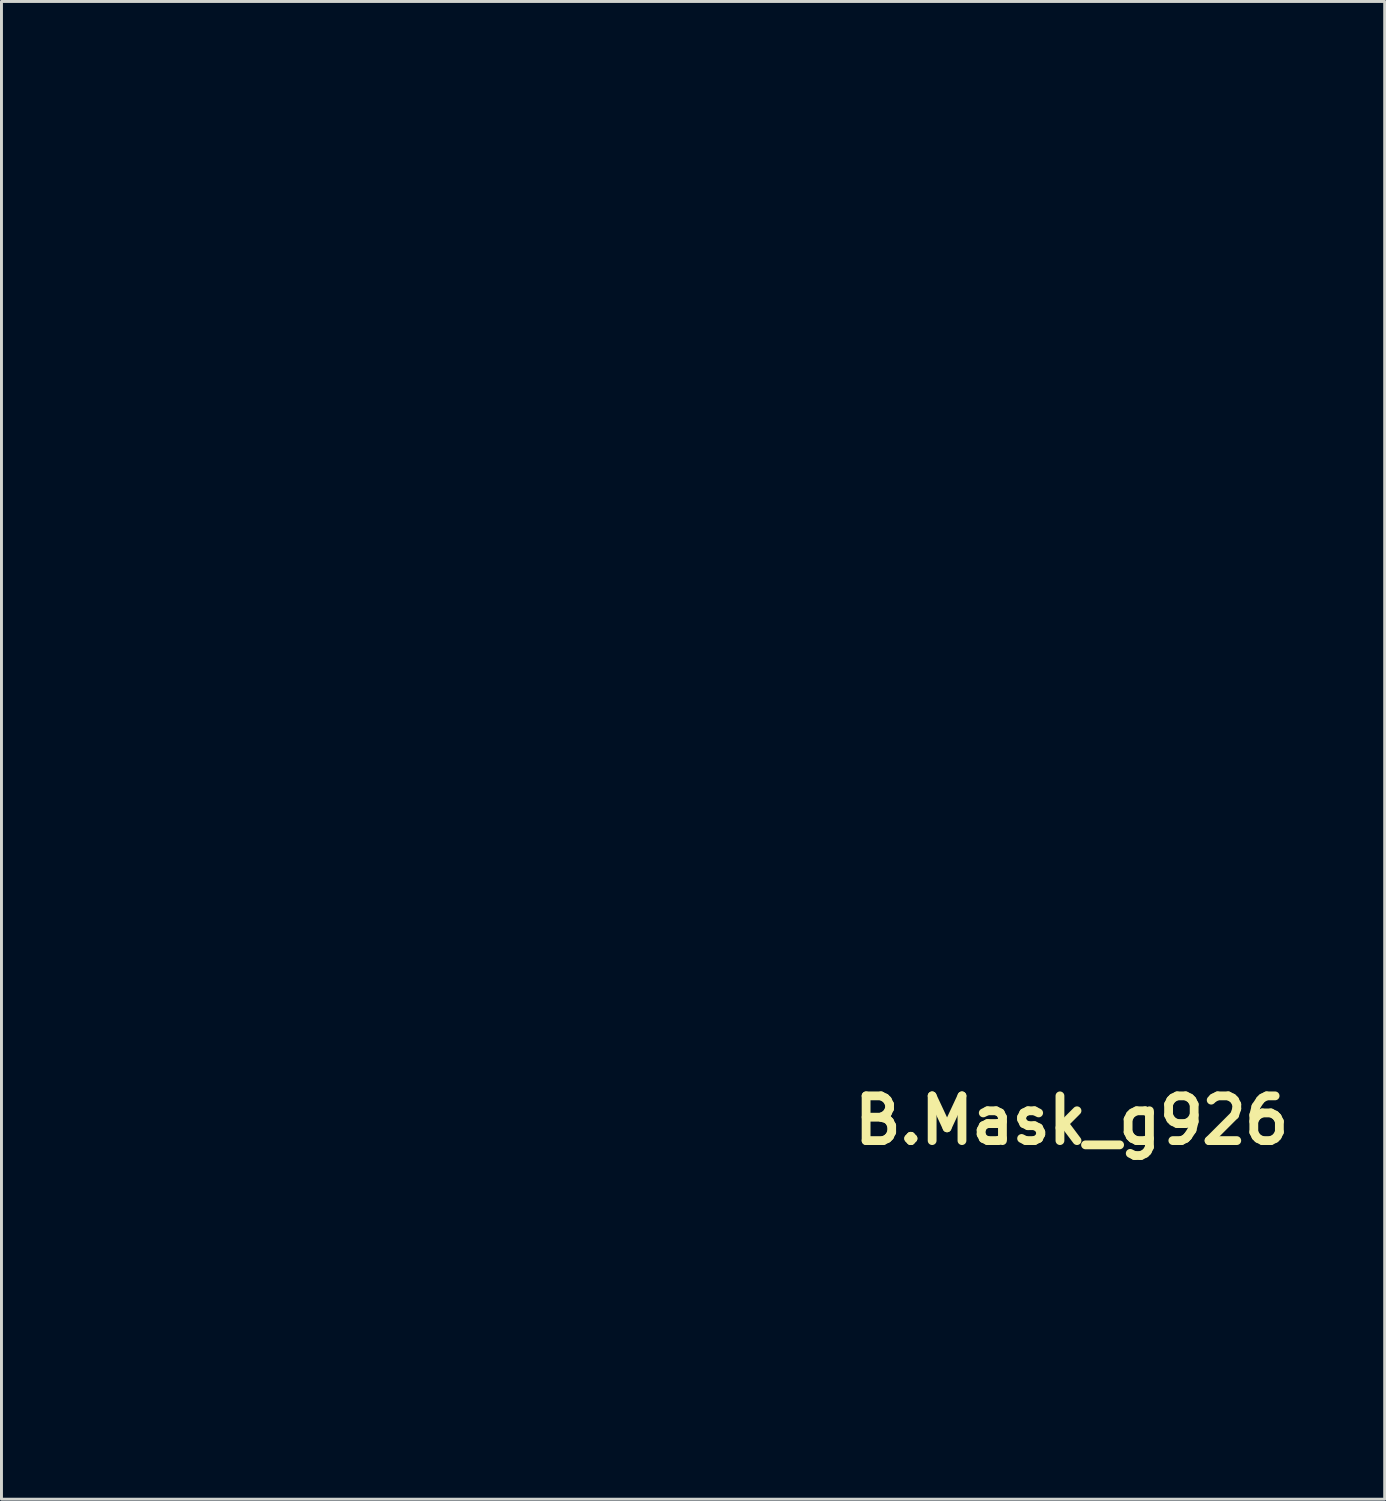
<source format=kicad_pcb>
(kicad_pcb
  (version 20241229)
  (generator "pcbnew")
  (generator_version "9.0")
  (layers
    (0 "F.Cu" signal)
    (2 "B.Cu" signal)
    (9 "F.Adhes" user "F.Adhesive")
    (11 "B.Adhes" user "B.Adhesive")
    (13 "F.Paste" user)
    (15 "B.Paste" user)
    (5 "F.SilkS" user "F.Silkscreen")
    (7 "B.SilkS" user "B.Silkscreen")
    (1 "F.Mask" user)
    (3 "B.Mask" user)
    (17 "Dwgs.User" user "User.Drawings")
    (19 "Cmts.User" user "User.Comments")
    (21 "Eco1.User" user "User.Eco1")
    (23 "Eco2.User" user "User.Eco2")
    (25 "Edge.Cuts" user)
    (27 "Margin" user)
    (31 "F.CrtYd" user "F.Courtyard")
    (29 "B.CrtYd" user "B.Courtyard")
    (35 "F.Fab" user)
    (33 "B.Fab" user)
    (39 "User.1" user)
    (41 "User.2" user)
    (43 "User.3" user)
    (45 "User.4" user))
  (footprint "B.Mask_g926"
    (layer "F.Cu")
    (at 33.46 35.119)
    (property "Reference" "B.Mask_g926" (at 0 0 0) (layer "F.SilkS") (effects (font (size 1.524 1.524) (thickness 0.3))))
    (attr through_hole)
    (fp_poly (pts (xy -5.546 6.308) (xy -5.905 6.308) (xy -5.905 5.948) (xy -5.546 5.948) (xy -5.546 6.308)) (stroke (width 0.01) (type solid)) (fill yes) (layer "B.Mask"))
    (fp_poly (pts (xy -5.546 7.027) (xy -6.816 7.027) (xy -6.816 6.668) (xy -5.546 6.668) (xy -5.546 7.027)) (stroke (width 0.01) (type solid)) (fill yes) (layer "B.Mask"))
    (fp_poly (pts (xy -7.053 6.716) (xy -6.921 6.849) (xy -7.054 6.98) (xy -7.187 7.112) (xy -7.451 6.846) (xy -7.318 6.715) (xy -7.185 6.583) (xy -7.053 6.716)) (stroke (width 0.01) (type solid)) (fill yes) (layer "B.Mask"))
    (fp_poly (pts (xy -18.498 -2.951) (xy -18.115 -2.568) (xy -18.148 -2.491) (xy -18.17 -2.442) (xy -18.184 -2.415) (xy -18.187 -2.413) (xy -18.203 -2.427) (xy -18.245 -2.468) (xy -18.309 -2.531) (xy -18.391 -2.612) (xy -18.487 -2.707) (xy -18.593 -2.813) (xy -18.595 -2.815) (xy -18.996 -3.217) (xy -18.938 -3.275) (xy -18.88 -3.333) (xy -18.498 -2.951)) (stroke (width 0.01) (type solid)) (fill yes) (layer "B.Mask"))
    (fp_poly (pts (xy -23.74 -18.877) (xy -23.625 -18.841) (xy -23.53 -18.778) (xy -23.471 -18.702) (xy -23.431 -18.6) (xy -23.411 -18.488) (xy -23.414 -18.379) (xy -23.441 -18.29) (xy -23.514 -18.192) (xy -23.611 -18.118) (xy -23.725 -18.073) (xy -23.844 -18.062) (xy -23.923 -18.076) (xy -24.043 -18.132) (xy -24.136 -18.217) (xy -24.197 -18.323) (xy -24.223 -18.444) (xy -24.211 -18.574) (xy -24.205 -18.597) (xy -24.152 -18.707) (xy -24.071 -18.793) (xy -23.971 -18.851) (xy -23.858 -18.88) (xy -23.74 -18.877)) (stroke (width 0.01) (type solid)) (fill yes) (layer "B.Mask"))
    (fp_poly (pts (xy -7.519 -18.843) (xy -7.416 -18.771) (xy -7.393 -18.747) (xy -7.322 -18.636) (xy -7.288 -18.515) (xy -7.293 -18.392) (xy -7.337 -18.273) (xy -7.365 -18.23) (xy -7.45 -18.145) (xy -7.559 -18.089) (xy -7.68 -18.063) (xy -7.8 -18.073) (xy -7.839 -18.085) (xy -7.946 -18.144) (xy -8.025 -18.228) (xy -8.078 -18.328) (xy -8.102 -18.438) (xy -8.099 -18.55) (xy -8.066 -18.657) (xy -8.004 -18.751) (xy -7.912 -18.824) (xy -7.89 -18.836) (xy -7.763 -18.876) (xy -7.637 -18.878) (xy -7.519 -18.843)) (stroke (width 0.01) (type solid)) (fill yes) (layer "B.Mask"))
    (fp_poly (pts (xy -1.467 -16.73) (xy -1.362 -16.568) (xy -1.277 -16.379) (xy -1.216 -16.172) (xy -1.18 -15.956) (xy -1.173 -15.743) (xy -1.192 -15.567) (xy -1.26 -15.31) (xy -1.368 -15.065) (xy -1.516 -14.832) (xy -1.703 -14.612) (xy -1.929 -14.405) (xy -2.194 -14.211) (xy -2.496 -14.032) (xy -2.836 -13.866) (xy -3.213 -13.716) (xy -3.27 -13.696) (xy -3.459 -13.629) (xy -3.194 -13.9) (xy -2.843 -14.289) (xy -2.524 -14.706) (xy -2.237 -15.15) (xy -1.982 -15.622) (xy -1.758 -16.121) (xy -1.618 -16.497) (xy -1.516 -16.791) (xy -1.467 -16.73)) (stroke (width 0.01) (type solid)) (fill yes) (layer "B.Mask"))
    (fp_poly (pts (xy -12.731 1.157) (xy -12.686 1.199) (xy -12.618 1.263) (xy -12.531 1.348) (xy -12.428 1.449) (xy -12.312 1.563) (xy -12.195 1.68) (xy -11.659 2.216) (xy -11.782 2.325) (xy -11.867 2.397) (xy -11.953 2.467) (xy -12.035 2.53) (xy -12.106 2.581) (xy -12.157 2.614) (xy -12.182 2.624) (xy -12.201 2.61) (xy -12.247 2.569) (xy -12.315 2.504) (xy -12.403 2.42) (xy -12.506 2.319) (xy -12.622 2.205) (xy -12.738 2.089) (xy -13.273 1.554) (xy -13.163 1.482) (xy -13.094 1.433) (xy -13.011 1.366) (xy -12.929 1.294) (xy -12.911 1.277) (xy -12.846 1.218) (xy -12.793 1.172) (xy -12.758 1.146) (xy -12.75 1.143) (xy -12.731 1.157)) (stroke (width 0.01) (type solid)) (fill yes) (layer "B.Mask"))
    (fp_poly (pts (xy -22.451 -23.841) (xy -22.288 -23.816) (xy -21.956 -23.739) (xy -21.623 -23.627) (xy -21.347 -23.507) (xy -21.252 -23.46) (xy -21.168 -23.416) (xy -21.099 -23.377) (xy -21.051 -23.348) (xy -21.031 -23.331) (xy -21.04 -23.329) (xy -21.064 -23.334) (xy -21.12 -23.344) (xy -21.199 -23.358) (xy -21.262 -23.369) (xy -21.524 -23.413) (xy -21.818 -23.457) (xy -22.134 -23.5) (xy -22.461 -23.54) (xy -22.789 -23.577) (xy -23.109 -23.608) (xy -23.368 -23.631) (xy -23.509 -23.642) (xy -23.651 -23.653) (xy -23.782 -23.663) (xy -23.891 -23.672) (xy -23.95 -23.677) (xy -24.141 -23.692) (xy -23.992 -23.73) (xy -23.692 -23.795) (xy -23.377 -23.839) (xy -23.058 -23.862) (xy -22.746 -23.863) (xy -22.451 -23.841)) (stroke (width 0.01) (type solid)) (fill yes) (layer "B.Mask"))
    (fp_poly (pts (xy -21.954 -20.313) (xy -21.79 -20.265) (xy -21.638 -20.188) (xy -21.501 -20.084) (xy -21.386 -19.954) (xy -21.296 -19.799) (xy -21.237 -19.623) (xy -21.224 -19.558) (xy -21.215 -19.368) (xy -21.243 -19.188) (xy -21.304 -19.021) (xy -21.396 -18.871) (xy -21.513 -18.742) (xy -21.653 -18.637) (xy -21.81 -18.56) (xy -21.981 -18.514) (xy -22.163 -18.503) (xy -22.341 -18.53) (xy -22.521 -18.594) (xy -22.675 -18.688) (xy -22.805 -18.809) (xy -22.907 -18.949) (xy -22.981 -19.105) (xy -23.024 -19.272) (xy -23.037 -19.444) (xy -23.017 -19.617) (xy -22.963 -19.785) (xy -22.873 -19.943) (xy -22.772 -20.063) (xy -22.625 -20.183) (xy -22.465 -20.267) (xy -22.296 -20.315) (xy -22.124 -20.33) (xy -21.954 -20.313)) (stroke (width 0.01) (type solid)) (fill yes) (layer "B.Mask"))
    (fp_poly (pts (xy -9.15 -20.298) (xy -8.982 -20.237) (xy -8.827 -20.142) (xy -8.732 -20.057) (xy -8.613 -19.907) (xy -8.53 -19.74) (xy -8.483 -19.561) (xy -8.473 -19.378) (xy -8.499 -19.196) (xy -8.561 -19.021) (xy -8.66 -18.858) (xy -8.693 -18.818) (xy -8.828 -18.692) (xy -8.987 -18.596) (xy -9.162 -18.533) (xy -9.347 -18.506) (xy -9.532 -18.516) (xy -9.599 -18.53) (xy -9.781 -18.595) (xy -9.938 -18.692) (xy -10.07 -18.815) (xy -10.174 -18.961) (xy -10.247 -19.123) (xy -10.288 -19.298) (xy -10.294 -19.48) (xy -10.262 -19.664) (xy -10.2 -19.829) (xy -10.102 -19.986) (xy -9.977 -20.114) (xy -9.831 -20.214) (xy -9.67 -20.283) (xy -9.499 -20.32) (xy -9.324 -20.326) (xy -9.15 -20.298)) (stroke (width 0.01) (type solid)) (fill yes) (layer "B.Mask"))
    (fp_poly (pts (xy -6.498 3.81) (xy -5.546 3.81) (xy -5.546 4.149) (xy -6.498 4.149) (xy -6.498 4.424) (xy -6.816 4.424) (xy -6.816 4.149) (xy -6.951 4.149) (xy -7.045 4.154) (xy -7.102 4.172) (xy -7.128 4.207) (xy -7.127 4.264) (xy -7.12 4.296) (xy -7.098 4.376) (xy -7.211 4.432) (xy -7.275 4.462) (xy -7.324 4.482) (xy -7.343 4.487) (xy -7.361 4.469) (xy -7.386 4.424) (xy -7.398 4.397) (xy -7.424 4.301) (xy -7.433 4.191) (xy -7.427 4.085) (xy -7.404 3.997) (xy -7.393 3.973) (xy -7.341 3.902) (xy -7.279 3.853) (xy -7.198 3.825) (xy -7.089 3.812) (xy -7.014 3.81) (xy -6.816 3.81) (xy -6.816 3.619) (xy -6.498 3.619) (xy -6.498 3.81)) (stroke (width 0.01) (type solid)) (fill yes) (layer "B.Mask"))
    (fp_poly (pts (xy -8.312 -23.858) (xy -7.934 -23.816) (xy -7.745 -23.781) (xy -7.608 -23.751) (xy -7.51 -23.729) (xy -7.449 -23.713) (xy -7.423 -23.701) (xy -7.43 -23.693) (xy -7.466 -23.686) (xy -7.53 -23.68) (xy -7.567 -23.677) (xy -8.035 -23.639) (xy -8.466 -23.6) (xy -8.863 -23.56) (xy -9.23 -23.519) (xy -9.573 -23.475) (xy -9.895 -23.429) (xy -10.201 -23.38) (xy -10.313 -23.361) (xy -10.388 -23.349) (xy -10.442 -23.343) (xy -10.467 -23.345) (xy -10.467 -23.346) (xy -10.443 -23.364) (xy -10.388 -23.394) (xy -10.309 -23.435) (xy -10.214 -23.481) (xy -10.11 -23.53) (xy -10.006 -23.577) (xy -9.908 -23.62) (xy -9.825 -23.654) (xy -9.776 -23.673) (xy -9.43 -23.772) (xy -9.067 -23.836) (xy -8.692 -23.865) (xy -8.312 -23.858)) (stroke (width 0.01) (type solid)) (fill yes) (layer "B.Mask"))
    (fp_poly (pts (xy -29.993 -16.774) (xy -29.977 -16.748) (xy -29.962 -16.699) (xy -29.961 -16.695) (xy -29.94 -16.62) (xy -29.905 -16.514) (xy -29.857 -16.385) (xy -29.8 -16.24) (xy -29.737 -16.087) (xy -29.671 -15.933) (xy -29.604 -15.786) (xy -29.567 -15.708) (xy -29.332 -15.257) (xy -29.074 -14.835) (xy -28.796 -14.443) (xy -28.498 -14.085) (xy -28.217 -13.794) (xy -28.15 -13.73) (xy -28.099 -13.677) (xy -28.068 -13.643) (xy -28.062 -13.632) (xy -28.087 -13.64) (xy -28.143 -13.658) (xy -28.219 -13.685) (xy -28.268 -13.703) (xy -28.656 -13.859) (xy -29.003 -14.027) (xy -29.31 -14.209) (xy -29.578 -14.403) (xy -29.806 -14.612) (xy -29.995 -14.834) (xy -30.146 -15.069) (xy -30.254 -15.311) (xy -30.282 -15.395) (xy -30.302 -15.47) (xy -30.314 -15.55) (xy -30.322 -15.649) (xy -30.327 -15.75) (xy -30.325 -15.967) (xy -30.301 -16.158) (xy -30.253 -16.335) (xy -30.196 -16.472) (xy -30.152 -16.559) (xy -30.105 -16.64) (xy -30.06 -16.708) (xy -30.022 -16.756) (xy -29.997 -16.775) (xy -29.993 -16.774)) (stroke (width 0.01) (type solid)) (fill yes) (layer "B.Mask"))
    (fp_poly (pts (xy -3.637 -22.125) (xy -3.588 -22.106) (xy -3.519 -22.076) (xy -3.502 -22.068) (xy -3.415 -22.024) (xy -3.351 -21.978) (xy -3.294 -21.917) (xy -3.255 -21.867) (xy -3.157 -21.734) (xy -3.143 -21.885) (xy -3.072 -21.84) (xy -3.001 -21.795) (xy -3.016 -21.641) (xy -3.022 -21.551) (xy -3.018 -21.485) (xy -3.002 -21.427) (xy -2.988 -21.392) (xy -2.919 -21.261) (xy -2.817 -21.11) (xy -2.687 -20.942) (xy -2.53 -20.759) (xy -2.35 -20.567) (xy -2.335 -20.551) (xy -2.157 -20.37) (xy -2.163 -20.256) (xy -2.17 -20.143) (xy -2.428 -20.417) (xy -2.528 -20.524) (xy -2.632 -20.64) (xy -2.73 -20.752) (xy -2.813 -20.85) (xy -2.847 -20.892) (xy -2.919 -20.987) (xy -2.989 -21.09) (xy -3.054 -21.195) (xy -3.109 -21.294) (xy -3.15 -21.378) (xy -3.172 -21.439) (xy -3.175 -21.457) (xy -3.188 -21.494) (xy -3.227 -21.558) (xy -3.288 -21.646) (xy -3.367 -21.753) (xy -3.464 -21.876) (xy -3.516 -21.94) (xy -3.575 -22.014) (xy -3.622 -22.075) (xy -3.651 -22.116) (xy -3.658 -22.13) (xy -3.637 -22.125)) (stroke (width 0.01) (type solid)) (fill yes) (layer "B.Mask"))
    (fp_poly (pts (xy -27.965 -21.978) (xy -28.108 -21.8) (xy -28.219 -21.649) (xy -28.298 -21.525) (xy -28.346 -21.427) (xy -28.353 -21.406) (xy -28.407 -21.273) (xy -28.498 -21.118) (xy -28.624 -20.942) (xy -28.785 -20.746) (xy -28.982 -20.529) (xy -29.087 -20.42) (xy -29.36 -20.14) (xy -29.352 -20.251) (xy -29.345 -20.308) (xy -29.33 -20.354) (xy -29.302 -20.401) (xy -29.253 -20.461) (xy -29.218 -20.499) (xy -29.087 -20.646) (xy -28.98 -20.766) (xy -28.894 -20.864) (xy -28.825 -20.945) (xy -28.769 -21.014) (xy -28.721 -21.075) (xy -28.68 -21.133) (xy -28.644 -21.185) (xy -28.559 -21.327) (xy -28.504 -21.456) (xy -28.476 -21.584) (xy -28.469 -21.698) (xy -28.467 -21.769) (xy -28.456 -21.812) (xy -28.433 -21.84) (xy -28.414 -21.854) (xy -28.375 -21.877) (xy -28.354 -21.883) (xy -28.354 -21.883) (xy -28.341 -21.861) (xy -28.328 -21.837) (xy -28.314 -21.82) (xy -28.295 -21.824) (xy -28.266 -21.854) (xy -28.226 -21.905) (xy -28.162 -21.975) (xy -28.097 -22.027) (xy -28.069 -22.043) (xy -27.996 -22.072) (xy -27.919 -22.105) (xy -27.91 -22.108) (xy -27.828 -22.144) (xy -27.965 -21.978)) (stroke (width 0.01) (type solid)) (fill yes) (layer "B.Mask"))
    (fp_poly (pts (xy -15.544 -18.922) (xy -15.349 -18.889) (xy -15.132 -18.837) (xy -14.992 -18.799) (xy -14.785 -18.739) (xy -14.752 -18.834) (xy -14.719 -18.929) (xy -14.681 -18.801) (xy -14.661 -18.711) (xy -14.658 -18.635) (xy -14.672 -18.581) (xy -14.701 -18.557) (xy -14.713 -18.557) (xy -14.743 -18.564) (xy -14.806 -18.581) (xy -14.892 -18.606) (xy -14.994 -18.636) (xy -15.028 -18.646) (xy -15.245 -18.707) (xy -15.43 -18.75) (xy -15.59 -18.777) (xy -15.731 -18.788) (xy -15.859 -18.784) (xy -15.917 -18.777) (xy -16.095 -18.746) (xy -16.293 -18.701) (xy -16.493 -18.647) (xy -16.657 -18.596) (xy -16.731 -18.57) (xy -16.788 -18.552) (xy -16.818 -18.542) (xy -16.82 -18.542) (xy -16.829 -18.56) (xy -16.844 -18.605) (xy -16.849 -18.621) (xy -16.86 -18.678) (xy -16.856 -18.734) (xy -16.835 -18.807) (xy -16.832 -18.817) (xy -16.792 -18.933) (xy -16.765 -18.849) (xy -16.746 -18.793) (xy -16.732 -18.756) (xy -16.73 -18.751) (xy -16.708 -18.751) (xy -16.654 -18.762) (xy -16.579 -18.782) (xy -16.52 -18.798) (xy -16.292 -18.861) (xy -16.09 -18.905) (xy -15.905 -18.93) (xy -15.726 -18.935) (xy -15.544 -18.922)) (stroke (width 0.01) (type solid)) (fill yes) (layer "B.Mask"))
    (fp_poly (pts (xy -6.01 4.601) (xy -5.857 4.648) (xy -5.731 4.726) (xy -5.634 4.835) (xy -5.568 4.972) (xy -5.533 5.137) (xy -5.53 5.328) (xy -5.53 5.334) (xy -5.542 5.434) (xy -5.561 5.526) (xy -5.586 5.602) (xy -5.612 5.653) (xy -5.638 5.671) (xy -5.67 5.665) (xy -5.729 5.65) (xy -5.779 5.636) (xy -5.843 5.617) (xy -5.888 5.603) (xy -5.902 5.597) (xy -5.9 5.576) (xy -5.888 5.527) (xy -5.875 5.48) (xy -5.844 5.329) (xy -5.846 5.2) (xy -5.881 5.095) (xy -5.946 5.016) (xy -6.042 4.965) (xy -6.167 4.944) (xy -6.184 4.944) (xy -6.289 4.954) (xy -6.371 4.991) (xy -6.443 5.062) (xy -6.472 5.101) (xy -6.511 5.197) (xy -6.516 5.316) (xy -6.488 5.451) (xy -6.472 5.51) (xy -6.462 5.549) (xy -6.462 5.558) (xy -6.494 5.572) (xy -6.551 5.591) (xy -6.618 5.61) (xy -6.683 5.626) (xy -6.733 5.636) (xy -6.754 5.636) (xy -6.776 5.594) (xy -6.798 5.523) (xy -6.817 5.434) (xy -6.831 5.339) (xy -6.837 5.252) (xy -6.837 5.246) (xy -6.818 5.074) (xy -6.763 4.921) (xy -6.674 4.791) (xy -6.552 4.685) (xy -6.466 4.637) (xy -6.394 4.608) (xy -6.319 4.592) (xy -6.223 4.586) (xy -6.191 4.585) (xy -6.01 4.601)) (stroke (width 0.01) (type solid)) (fill yes) (layer "B.Mask"))
    (fp_poly (pts (xy -6.044 7.27) (xy -5.9 7.314) (xy -5.77 7.393) (xy -5.749 7.411) (xy -5.683 7.481) (xy -5.621 7.568) (xy -5.594 7.615) (xy -5.566 7.677) (xy -5.549 7.732) (xy -5.539 7.794) (xy -5.536 7.875) (xy -5.535 7.948) (xy -5.543 8.103) (xy -5.568 8.227) (xy -5.615 8.332) (xy -5.687 8.425) (xy -5.741 8.478) (xy -5.868 8.564) (xy -6.015 8.618) (xy -6.173 8.637) (xy -6.334 8.619) (xy -6.389 8.605) (xy -6.534 8.539) (xy -6.65 8.443) (xy -6.738 8.318) (xy -6.794 8.167) (xy -6.818 7.992) (xy -6.819 7.953) (xy -6.819 7.952) (xy -6.496 7.952) (xy -6.479 8.053) (xy -6.453 8.107) (xy -6.384 8.196) (xy -6.304 8.249) (xy -6.203 8.272) (xy -6.157 8.275) (xy -6.057 8.262) (xy -5.989 8.228) (xy -5.906 8.151) (xy -5.856 8.06) (xy -5.837 7.961) (xy -5.848 7.863) (xy -5.885 7.773) (xy -5.947 7.698) (xy -6.033 7.644) (xy -6.139 7.621) (xy -6.16 7.62) (xy -6.268 7.638) (xy -6.361 7.688) (xy -6.433 7.762) (xy -6.479 7.852) (xy -6.496 7.952) (xy -6.819 7.952) (xy -6.813 7.819) (xy -6.792 7.71) (xy -6.752 7.612) (xy -6.705 7.533) (xy -6.605 7.419) (xy -6.481 7.335) (xy -6.342 7.281) (xy -6.193 7.259) (xy -6.044 7.27)) (stroke (width 0.01) (type solid)) (fill yes) (layer "B.Mask"))
    (fp_poly (pts (xy -6.065 0.922) (xy -5.99 0.928) (xy -5.935 0.94) (xy -5.887 0.96) (xy -5.874 0.967) (xy -5.758 1.05) (xy -5.656 1.161) (xy -5.584 1.281) (xy -5.552 1.381) (xy -5.535 1.505) (xy -5.532 1.638) (xy -5.542 1.766) (xy -5.567 1.875) (xy -5.58 1.906) (xy -5.667 2.05) (xy -5.778 2.159) (xy -5.914 2.233) (xy -6.072 2.272) (xy -6.125 2.276) (xy -6.211 2.278) (xy -6.289 2.275) (xy -6.339 2.268) (xy -6.483 2.211) (xy -6.607 2.12) (xy -6.656 2.071) (xy -6.737 1.96) (xy -6.789 1.838) (xy -6.815 1.695) (xy -6.819 1.592) (xy -6.818 1.584) (xy -6.516 1.584) (xy -6.511 1.657) (xy -6.472 1.76) (xy -6.403 1.841) (xy -6.312 1.897) (xy -6.207 1.924) (xy -6.096 1.92) (xy -5.988 1.882) (xy -5.982 1.878) (xy -5.899 1.809) (xy -5.846 1.72) (xy -5.822 1.619) (xy -5.828 1.516) (xy -5.865 1.42) (xy -5.932 1.341) (xy -5.957 1.322) (xy -6.061 1.275) (xy -6.168 1.263) (xy -6.272 1.282) (xy -6.365 1.328) (xy -6.442 1.396) (xy -6.494 1.483) (xy -6.516 1.584) (xy -6.818 1.584) (xy -6.802 1.411) (xy -6.751 1.254) (xy -6.667 1.123) (xy -6.55 1.017) (xy -6.494 0.983) (xy -6.439 0.954) (xy -6.389 0.936) (xy -6.335 0.926) (xy -6.261 0.922) (xy -6.17 0.921) (xy -6.065 0.922)) (stroke (width 0.01) (type solid)) (fill yes) (layer "B.Mask"))
    (fp_poly (pts (xy -16.824 -1.231) (xy -16.804 -1.218) (xy -16.772 -1.19) (xy -16.726 -1.149) (xy -16.665 -1.092) (xy -16.588 -1.019) (xy -16.494 -0.929) (xy -16.382 -0.82) (xy -16.251 -0.692) (xy -16.101 -0.545) (xy -15.93 -0.376) (xy -15.737 -0.185) (xy -15.522 0.029) (xy -15.283 0.267) (xy -15.019 0.53) (xy -14.73 0.818) (xy -14.414 1.134) (xy -14.07 1.477) (xy -13.698 1.849) (xy -13.579 1.968) (xy -10.342 5.205) (xy -10.392 5.259) (xy -10.429 5.295) (xy -10.453 5.313) (xy -10.455 5.313) (xy -10.471 5.298) (xy -10.515 5.256) (xy -10.585 5.188) (xy -10.678 5.097) (xy -10.791 4.985) (xy -10.923 4.855) (xy -11.071 4.708) (xy -11.233 4.546) (xy -11.406 4.373) (xy -11.589 4.19) (xy -11.652 4.128) (xy -12.836 2.943) (xy -12.768 2.919) (xy -12.722 2.9) (xy -12.7 2.883) (xy -12.7 2.882) (xy -12.714 2.864) (xy -12.756 2.82) (xy -12.82 2.753) (xy -12.904 2.667) (xy -13.005 2.564) (xy -13.12 2.449) (xy -13.237 2.331) (xy -13.774 1.794) (xy -13.864 1.81) (xy -13.955 1.825) (xy -15.402 0.378) (xy -15.644 0.135) (xy -15.858 -0.079) (xy -16.046 -0.267) (xy -16.209 -0.431) (xy -16.348 -0.572) (xy -16.466 -0.693) (xy -16.565 -0.794) (xy -16.645 -0.878) (xy -16.709 -0.946) (xy -16.759 -1.001) (xy -16.795 -1.044) (xy -16.821 -1.077) (xy -16.837 -1.101) (xy -16.845 -1.119) (xy -16.847 -1.132) (xy -16.847 -1.132) (xy -16.841 -1.192) (xy -16.831 -1.233) (xy -16.824 -1.231)) (stroke (width 0.01) (type solid)) (fill yes) (layer "B.Mask"))
    (fp_poly (pts (xy -8.66 -25.089) (xy -8.449 -25.079) (xy -8.257 -25.062) (xy -8.071 -25.035) (xy -7.88 -24.997) (xy -7.673 -24.946) (xy -7.631 -24.935) (xy -7.279 -24.831) (xy -6.938 -24.709) (xy -6.6 -24.564) (xy -6.259 -24.395) (xy -5.908 -24.197) (xy -5.541 -23.968) (xy -5.485 -23.931) (xy -5.16 -23.717) (xy -5.29 -23.711) (xy -5.346 -23.709) (xy -5.391 -23.712) (xy -5.433 -23.725) (xy -5.483 -23.75) (xy -5.55 -23.791) (xy -5.627 -23.841) (xy -6.062 -24.109) (xy -6.5 -24.341) (xy -6.937 -24.537) (xy -7.372 -24.697) (xy -7.803 -24.819) (xy -8.227 -24.903) (xy -8.642 -24.948) (xy -8.896 -24.956) (xy -9.306 -24.935) (xy -9.709 -24.872) (xy -10.104 -24.769) (xy -10.491 -24.626) (xy -10.869 -24.443) (xy -11.235 -24.221) (xy -11.589 -23.961) (xy -11.93 -23.663) (xy -12.256 -23.328) (xy -12.495 -23.047) (xy -12.58 -22.946) (xy -12.645 -22.878) (xy -12.694 -22.84) (xy -12.716 -22.831) (xy -12.779 -22.816) (xy -12.822 -22.805) (xy -12.858 -22.8) (xy -12.869 -22.806) (xy -12.856 -22.832) (xy -12.82 -22.884) (xy -12.765 -22.957) (xy -12.696 -23.045) (xy -12.617 -23.143) (xy -12.533 -23.245) (xy -12.447 -23.345) (xy -12.375 -23.428) (xy -12.053 -23.763) (xy -11.714 -24.064) (xy -11.36 -24.328) (xy -10.994 -24.556) (xy -10.617 -24.744) (xy -10.231 -24.893) (xy -9.991 -24.964) (xy -9.831 -25.005) (xy -9.69 -25.036) (xy -9.559 -25.058) (xy -9.427 -25.074) (xy -9.285 -25.084) (xy -9.121 -25.089) (xy -8.926 -25.091) (xy -8.901 -25.091) (xy -8.66 -25.089)) (stroke (width 0.01) (type solid)) (fill yes) (layer "B.Mask"))
    (fp_poly (pts (xy -22.458 -25.097) (xy -22.043 -25.063) (xy -21.643 -24.993) (xy -21.258 -24.886) (xy -20.883 -24.741) (xy -20.518 -24.557) (xy -20.16 -24.333) (xy -19.808 -24.069) (xy -19.539 -23.838) (xy -19.456 -23.759) (xy -19.363 -23.666) (xy -19.263 -23.561) (xy -19.161 -23.449) (xy -19.059 -23.335) (xy -18.961 -23.222) (xy -18.87 -23.114) (xy -18.79 -23.016) (xy -18.724 -22.931) (xy -18.677 -22.864) (xy -18.65 -22.819) (xy -18.648 -22.799) (xy -18.652 -22.799) (xy -18.689 -22.805) (xy -18.747 -22.819) (xy -18.769 -22.825) (xy -18.814 -22.841) (xy -18.856 -22.868) (xy -18.902 -22.911) (xy -18.961 -22.978) (xy -19.002 -23.029) (xy -19.095 -23.141) (xy -19.211 -23.271) (xy -19.343 -23.411) (xy -19.482 -23.553) (xy -19.62 -23.689) (xy -19.75 -23.813) (xy -19.865 -23.915) (xy -19.907 -23.95) (xy -20.16 -24.141) (xy -20.431 -24.319) (xy -20.71 -24.479) (xy -20.988 -24.615) (xy -21.256 -24.723) (xy -21.306 -24.74) (xy -21.71 -24.852) (xy -22.121 -24.922) (xy -22.538 -24.95) (xy -22.963 -24.937) (xy -23.396 -24.883) (xy -23.835 -24.786) (xy -24.282 -24.648) (xy -24.723 -24.475) (xy -24.967 -24.364) (xy -25.202 -24.246) (xy -25.439 -24.115) (xy -25.687 -23.966) (xy -25.869 -23.85) (xy -25.963 -23.79) (xy -26.031 -23.749) (xy -26.081 -23.725) (xy -26.123 -23.713) (xy -26.165 -23.709) (xy -26.217 -23.711) (xy -26.218 -23.711) (xy -26.342 -23.717) (xy -26.141 -23.857) (xy -25.706 -24.14) (xy -25.265 -24.389) (xy -24.822 -24.601) (xy -24.378 -24.777) (xy -23.936 -24.916) (xy -23.498 -25.016) (xy -23.066 -25.078) (xy -22.642 -25.1) (xy -22.458 -25.097)) (stroke (width 0.01) (type solid)) (fill yes) (layer "B.Mask"))
    (fp_poly (pts (xy -5.615 2.471) (xy -5.587 2.534) (xy -5.561 2.62) (xy -5.541 2.721) (xy -5.528 2.825) (xy -5.524 2.901) (xy -5.539 3.073) (xy -5.582 3.217) (xy -5.652 3.331) (xy -5.748 3.413) (xy -5.772 3.426) (xy -5.822 3.44) (xy -5.896 3.447) (xy -5.975 3.447) (xy -6.039 3.439) (xy -6.054 3.435) (xy -6.127 3.388) (xy -6.2 3.303) (xy -6.269 3.182) (xy -6.334 3.03) (xy -6.341 3.01) (xy -6.383 2.914) (xy -6.426 2.857) (xy -6.47 2.841) (xy -6.494 2.85) (xy -6.52 2.888) (xy -6.534 2.956) (xy -6.536 3.041) (xy -6.526 3.133) (xy -6.509 3.203) (xy -6.492 3.265) (xy -6.488 3.309) (xy -6.492 3.323) (xy -6.52 3.336) (xy -6.576 3.355) (xy -6.631 3.372) (xy -6.7 3.39) (xy -6.738 3.395) (xy -6.758 3.387) (xy -6.77 3.364) (xy -6.773 3.357) (xy -6.804 3.244) (xy -6.825 3.112) (xy -6.833 2.979) (xy -6.83 2.907) (xy -6.801 2.755) (xy -6.747 2.632) (xy -6.669 2.54) (xy -6.57 2.481) (xy -6.505 2.465) (xy -6.402 2.461) (xy -6.313 2.487) (xy -6.233 2.546) (xy -6.16 2.641) (xy -6.09 2.774) (xy -6.065 2.833) (xy -6.026 2.92) (xy -5.988 2.995) (xy -5.956 3.048) (xy -5.943 3.063) (xy -5.913 3.086) (xy -5.89 3.082) (xy -5.859 3.048) (xy -5.834 3.009) (xy -5.824 2.964) (xy -5.824 2.896) (xy -5.826 2.867) (xy -5.84 2.777) (xy -5.863 2.686) (xy -5.879 2.642) (xy -5.922 2.545) (xy -5.799 2.487) (xy -5.73 2.458) (xy -5.674 2.442) (xy -5.644 2.441) (xy -5.615 2.471)) (stroke (width 0.01) (type solid)) (fill yes) (layer "B.Mask"))
    (fp_poly (pts (xy -24.883 -22.535) (xy -24.587 -22.53) (xy -24.275 -22.522) (xy -23.95 -22.511) (xy -23.654 -22.499) (xy -23.051 -22.466) (xy -22.482 -22.422) (xy -21.947 -22.367) (xy -21.448 -22.302) (xy -20.985 -22.227) (xy -20.559 -22.142) (xy -20.172 -22.047) (xy -19.825 -21.943) (xy -19.715 -21.904) (xy -19.544 -21.842) (xy -19.382 -21.573) (xy -19.295 -21.421) (xy -19.198 -21.24) (xy -19.096 -21.04) (xy -18.994 -20.831) (xy -18.897 -20.624) (xy -18.81 -20.429) (xy -18.743 -20.267) (xy -18.662 -20.054) (xy -18.577 -19.812) (xy -18.489 -19.55) (xy -18.403 -19.277) (xy -18.321 -19.004) (xy -18.246 -18.739) (xy -18.181 -18.493) (xy -18.128 -18.275) (xy -18.121 -18.243) (xy -18.081 -18.06) (xy -18.161 -17.743) (xy -18.303 -17.241) (xy -18.471 -16.766) (xy -18.663 -16.321) (xy -18.878 -15.906) (xy -19.116 -15.524) (xy -19.376 -15.177) (xy -19.656 -14.864) (xy -19.673 -14.847) (xy -19.842 -14.686) (xy -20.009 -14.543) (xy -20.187 -14.409) (xy -20.386 -14.275) (xy -20.533 -14.183) (xy -21.015 -13.915) (xy -21.514 -13.686) (xy -22.028 -13.496) (xy -22.556 -13.346) (xy -23.097 -13.236) (xy -23.643 -13.166) (xy -23.765 -13.158) (xy -23.919 -13.153) (xy -24.096 -13.149) (xy -24.284 -13.148) (xy -24.474 -13.149) (xy -24.657 -13.152) (xy -24.82 -13.158) (xy -24.956 -13.166) (xy -24.998 -13.169) (xy -25.301 -13.205) (xy -25.605 -13.255) (xy -25.903 -13.317) (xy -26.188 -13.391) (xy -26.451 -13.472) (xy -26.686 -13.561) (xy -26.84 -13.632) (xy -27.104 -13.783) (xy -27.369 -13.969) (xy -27.628 -14.185) (xy -27.872 -14.424) (xy -28.043 -14.616) (xy -28.278 -14.926) (xy -28.495 -15.271) (xy -28.692 -15.646) (xy -28.867 -16.047) (xy -29.018 -16.47) (xy -29.143 -16.91) (xy -29.23 -17.306) (xy -29.267 -17.504) (xy -29.169 -17.615) (xy -28.949 -17.882) (xy -28.762 -18.145) (xy -28.601 -18.413) (xy -28.572 -18.468) (xy -25.401 -18.468) (xy -25.392 -18.158) (xy -25.346 -17.853) (xy -25.262 -17.559) (xy -25.237 -17.494) (xy -25.098 -17.197) (xy -24.925 -16.924) (xy -24.722 -16.679) (xy -24.49 -16.463) (xy -24.232 -16.278) (xy -23.95 -16.126) (xy -23.647 -16.008) (xy -23.327 -15.928) (xy -23.182 -15.909) (xy -23.01 -15.901) (xy -22.823 -15.903) (xy -22.635 -15.915) (xy -22.46 -15.936) (xy -22.31 -15.965) (xy -22.303 -15.967) (xy -21.99 -16.07) (xy -21.699 -16.208) (xy -21.429 -16.384) (xy -21.209 -16.569) (xy -20.999 -16.786) (xy -20.824 -17.016) (xy -20.679 -17.265) (xy -20.561 -17.539) (xy -20.473 -17.821) (xy -20.453 -17.901) (xy -20.438 -17.972) (xy -20.428 -18.044) (xy -20.423 -18.127) (xy -20.42 -18.231) (xy -20.419 -18.365) (xy -20.419 -18.394) (xy -20.419 -18.535) (xy -20.422 -18.643) (xy -20.427 -18.729) (xy -20.436 -18.802) (xy -20.45 -18.873) (xy -20.469 -18.951) (xy -20.474 -18.97) (xy -20.559 -19.245) (xy -20.66 -19.487) (xy -20.782 -19.707) (xy -20.93 -19.914) (xy -21.11 -20.116) (xy -21.124 -20.13) (xy -21.335 -20.327) (xy -21.546 -20.488) (xy -21.766 -20.619) (xy -22.005 -20.725) (xy -22.115 -20.764) (xy -22.424 -20.846) (xy -22.736 -20.888) (xy -23.046 -20.89) (xy -23.351 -20.854) (xy -23.648 -20.78) (xy -23.934 -20.671) (xy -24.205 -20.527) (xy -24.458 -20.35) (xy -24.691 -20.141) (xy -24.898 -19.901) (xy -25.072 -19.643) (xy -25.208 -19.37) (xy -25.308 -19.079) (xy -25.373 -18.777) (xy -25.401 -18.468) (xy -28.572 -18.468) (xy -28.53 -18.547) (xy -28.476 -18.66) (xy -28.422 -18.776) (xy -28.368 -18.904) (xy -28.311 -19.048) (xy -28.248 -19.215) (xy -28.177 -19.411) (xy -28.11 -19.6) (xy -27.987 -19.942) (xy -27.872 -20.247) (xy -27.763 -20.519) (xy -27.656 -20.764) (xy -27.549 -20.984) (xy -27.44 -21.185) (xy -27.326 -21.371) (xy -27.205 -21.546) (xy -27.075 -21.715) (xy -26.932 -21.881) (xy -26.775 -22.05) (xy -26.63 -22.197) (xy -26.542 -22.281) (xy -26.46 -22.356) (xy -26.39 -22.416) (xy -26.339 -22.456) (xy -26.322 -22.466) (xy -26.26 -22.485) (xy -26.158 -22.501) (xy -26.019 -22.514) (xy -25.847 -22.524) (xy -25.645 -22.531) (xy -25.415 -22.535) (xy -25.16 -22.536) (xy -24.883 -22.535)) (stroke (width 0.01) (type solid)) (fill yes) (layer "B.Mask"))
    (fp_poly (pts (xy -6.081 -22.535) (xy -5.867 -22.531) (xy -5.675 -22.525) (xy -5.508 -22.517) (xy -5.372 -22.507) (xy -5.269 -22.495) (xy -5.203 -22.481) (xy -5.197 -22.479) (xy -5.163 -22.457) (xy -5.105 -22.408) (xy -5.029 -22.339) (xy -4.941 -22.254) (xy -4.844 -22.159) (xy -4.745 -22.058) (xy -4.649 -21.958) (xy -4.561 -21.863) (xy -4.487 -21.779) (xy -4.448 -21.733) (xy -4.327 -21.577) (xy -4.215 -21.421) (xy -4.111 -21.259) (xy -4.012 -21.087) (xy -3.916 -20.901) (xy -3.821 -20.695) (xy -3.724 -20.465) (xy -3.622 -20.206) (xy -3.514 -19.913) (xy -3.451 -19.738) (xy -3.373 -19.516) (xy -3.306 -19.33) (xy -3.248 -19.172) (xy -3.198 -19.039) (xy -3.153 -18.925) (xy -3.111 -18.823) (xy -3.07 -18.731) (xy -3.038 -18.658) (xy -2.901 -18.394) (xy -2.736 -18.126) (xy -2.553 -17.869) (xy -2.361 -17.638) (xy -2.35 -17.625) (xy -2.24 -17.505) (xy -2.296 -17.235) (xy -2.414 -16.743) (xy -2.557 -16.28) (xy -2.726 -15.845) (xy -2.92 -15.44) (xy -3.137 -15.066) (xy -3.378 -14.725) (xy -3.641 -14.416) (xy -3.926 -14.141) (xy -4.232 -13.9) (xy -4.558 -13.696) (xy -4.904 -13.528) (xy -4.964 -13.504) (xy -5.14 -13.442) (xy -5.351 -13.381) (xy -5.586 -13.323) (xy -5.838 -13.271) (xy -6.097 -13.226) (xy -6.355 -13.189) (xy -6.562 -13.167) (xy -6.65 -13.161) (xy -6.77 -13.156) (xy -6.911 -13.152) (xy -7.066 -13.15) (xy -7.226 -13.148) (xy -7.382 -13.148) (xy -7.525 -13.149) (xy -7.647 -13.152) (xy -7.739 -13.156) (xy -7.768 -13.159) (xy -8.228 -13.213) (xy -8.655 -13.283) (xy -9.057 -13.371) (xy -9.44 -13.48) (xy -9.811 -13.61) (xy -10.177 -13.764) (xy -10.53 -13.936) (xy -10.879 -14.126) (xy -11.19 -14.32) (xy -11.469 -14.521) (xy -11.721 -14.733) (xy -11.952 -14.962) (xy -12.165 -15.212) (xy -12.368 -15.487) (xy -12.437 -15.589) (xy -12.657 -15.956) (xy -12.86 -16.356) (xy -13.042 -16.783) (xy -13.202 -17.23) (xy -13.335 -17.692) (xy -13.357 -17.778) (xy -13.427 -18.063) (xy -13.389 -18.244) (xy -13.334 -18.486) (xy -13.329 -18.506) (xy -11.102 -18.506) (xy -11.098 -18.207) (xy -11.057 -17.909) (xy -10.98 -17.617) (xy -10.866 -17.334) (xy -10.716 -17.064) (xy -10.529 -16.808) (xy -10.362 -16.626) (xy -10.116 -16.412) (xy -9.851 -16.233) (xy -9.567 -16.091) (xy -9.27 -15.986) (xy -8.962 -15.921) (xy -8.646 -15.895) (xy -8.325 -15.91) (xy -8.202 -15.927) (xy -7.892 -15.999) (xy -7.596 -16.109) (xy -7.316 -16.255) (xy -7.057 -16.435) (xy -6.822 -16.646) (xy -6.614 -16.886) (xy -6.437 -17.153) (xy -6.422 -17.18) (xy -6.283 -17.47) (xy -6.184 -17.769) (xy -6.124 -18.074) (xy -6.103 -18.382) (xy -6.121 -18.688) (xy -6.177 -18.99) (xy -6.271 -19.284) (xy -6.401 -19.567) (xy -6.568 -19.835) (xy -6.771 -20.084) (xy -6.846 -20.162) (xy -7.092 -20.379) (xy -7.359 -20.559) (xy -7.648 -20.704) (xy -7.961 -20.813) (xy -7.995 -20.822) (xy -8.072 -20.842) (xy -8.14 -20.857) (xy -8.207 -20.867) (xy -8.284 -20.873) (xy -8.378 -20.877) (xy -8.499 -20.878) (xy -8.604 -20.878) (xy -8.75 -20.878) (xy -8.862 -20.876) (xy -8.95 -20.872) (xy -9.022 -20.864) (xy -9.089 -20.853) (xy -9.157 -20.837) (xy -9.207 -20.824) (xy -9.524 -20.718) (xy -9.815 -20.578) (xy -10.083 -20.404) (xy -10.33 -20.194) (xy -10.363 -20.162) (xy -10.577 -19.92) (xy -10.755 -19.66) (xy -10.896 -19.385) (xy -11.001 -19.099) (xy -11.07 -18.805) (xy -11.102 -18.506) (xy -13.329 -18.506) (xy -13.264 -18.757) (xy -13.18 -19.048) (xy -13.087 -19.351) (xy -12.987 -19.656) (xy -12.883 -19.955) (xy -12.777 -20.239) (xy -12.757 -20.288) (xy -12.683 -20.47) (xy -12.601 -20.657) (xy -12.513 -20.846) (xy -12.424 -21.031) (xy -12.334 -21.207) (xy -12.246 -21.372) (xy -12.162 -21.52) (xy -12.085 -21.646) (xy -12.018 -21.747) (xy -11.962 -21.817) (xy -11.921 -21.852) (xy -11.863 -21.877) (xy -11.773 -21.909) (xy -11.659 -21.947) (xy -11.528 -21.988) (xy -11.39 -22.028) (xy -11.252 -22.067) (xy -11.144 -22.095) (xy -10.836 -22.167) (xy -10.511 -22.231) (xy -10.167 -22.289) (xy -9.801 -22.341) (xy -9.41 -22.386) (xy -8.991 -22.425) (xy -8.541 -22.458) (xy -8.058 -22.486) (xy -7.537 -22.509) (xy -7.072 -22.525) (xy -6.812 -22.531) (xy -6.558 -22.535) (xy -6.312 -22.536) (xy -6.081 -22.535)) (stroke (width 0.01) (type solid)) (fill yes) (layer "B.Mask"))
    (fp_poly (pts (xy -29.599 -35.112) (xy -29.411 -35.108) (xy -29.245 -35.1) (xy -29.157 -35.094) (xy -28.551 -35.023) (xy -27.937 -34.911) (xy -27.313 -34.759) (xy -26.682 -34.565) (xy -26.043 -34.33) (xy -25.396 -34.055) (xy -24.743 -33.74) (xy -24.082 -33.384) (xy -23.611 -33.108) (xy -23.306 -32.918) (xy -22.988 -32.71) (xy -22.669 -32.492) (xy -22.358 -32.272) (xy -22.066 -32.055) (xy -21.808 -31.853) (xy -21.55 -31.646) (xy -21.163 -31.834) (xy -20.492 -32.136) (xy -19.813 -32.397) (xy -19.125 -32.617) (xy -18.425 -32.797) (xy -17.713 -32.936) (xy -16.989 -33.034) (xy -16.817 -33.052) (xy -16.677 -33.062) (xy -16.503 -33.071) (xy -16.303 -33.077) (xy -16.085 -33.082) (xy -15.857 -33.085) (xy -15.626 -33.086) (xy -15.402 -33.084) (xy -15.191 -33.081) (xy -15.002 -33.075) (xy -14.844 -33.067) (xy -14.774 -33.062) (xy -14.069 -32.982) (xy -13.368 -32.862) (xy -12.673 -32.702) (xy -11.989 -32.504) (xy -11.32 -32.268) (xy -10.669 -31.995) (xy -10.247 -31.794) (xy -9.958 -31.649) (xy -9.789 -31.785) (xy -9.252 -32.199) (xy -8.694 -32.595) (xy -8.121 -32.97) (xy -7.537 -33.321) (xy -6.946 -33.646) (xy -6.354 -33.943) (xy -5.763 -34.208) (xy -5.18 -34.441) (xy -4.607 -34.637) (xy -4.488 -34.674) (xy -4.031 -34.804) (xy -3.598 -34.908) (xy -3.179 -34.99) (xy -2.765 -35.049) (xy -2.346 -35.088) (xy -1.914 -35.108) (xy -1.881 -35.109) (xy -1.556 -35.113) (xy -1.26 -35.107) (xy -0.98 -35.09) (xy -0.709 -35.062) (xy -0.436 -35.022) (xy -0.152 -34.967) (xy 0.153 -34.896) (xy 0.423 -34.827) (xy 0.498 -34.789) (xy 0.579 -34.713) (xy 0.664 -34.605) (xy 0.751 -34.469) (xy 0.838 -34.31) (xy 0.922 -34.132) (xy 1.001 -33.939) (xy 1.073 -33.737) (xy 1.135 -33.529) (xy 1.183 -33.335) (xy 1.224 -33.124) (xy 1.255 -32.915) (xy 1.277 -32.7) (xy 1.291 -32.468) (xy 1.297 -32.208) (xy 1.298 -32.078) (xy 1.297 -31.867) (xy 1.293 -31.684) (xy 1.285 -31.518) (xy 1.272 -31.354) (xy 1.253 -31.18) (xy 1.227 -30.984) (xy 1.215 -30.893) (xy 1.144 -30.471) (xy 1.048 -30.023) (xy 0.927 -29.553) (xy 0.784 -29.068) (xy 0.62 -28.573) (xy 0.438 -28.072) (xy 0.238 -27.573) (xy 0.095 -27.241) (xy -0.151 -26.703) (xy -0.413 -26.167) (xy -0.692 -25.628) (xy -0.993 -25.079) (xy -1.319 -24.515) (xy -1.672 -23.93) (xy -1.742 -23.816) (xy -1.997 -23.406) (xy -2.07 -23.418) (xy -2.121 -23.428) (xy -2.151 -23.438) (xy -2.152 -23.439) (xy -2.145 -23.459) (xy -2.118 -23.507) (xy -2.077 -23.576) (xy -2.026 -23.657) (xy -1.744 -24.103) (xy -1.462 -24.573) (xy -1.183 -25.061) (xy -0.91 -25.56) (xy -0.647 -26.061) (xy -0.398 -26.559) (xy -0.166 -27.047) (xy 0.044 -27.517) (xy 0.23 -27.963) (xy 0.234 -27.972) (xy 0.473 -28.609) (xy 0.678 -29.236) (xy 0.848 -29.849) (xy 0.982 -30.448) (xy 1.08 -31.029) (xy 1.114 -31.295) (xy 1.128 -31.458) (xy 1.139 -31.646) (xy 1.146 -31.851) (xy 1.149 -32.062) (xy 1.148 -32.27) (xy 1.143 -32.463) (xy 1.134 -32.632) (xy 1.124 -32.745) (xy 1.077 -33.065) (xy 1.011 -33.376) (xy 0.928 -33.674) (xy 0.831 -33.951) (xy 0.721 -34.202) (xy 0.601 -34.421) (xy 0.523 -34.536) (xy 0.427 -34.666) (xy 0.291 -34.68) (xy 0.111 -34.688) (xy -0.1 -34.675) (xy -0.337 -34.645) (xy -0.594 -34.597) (xy -0.866 -34.533) (xy -1.147 -34.454) (xy -1.432 -34.362) (xy -1.595 -34.302) (xy -2.003 -34.138) (xy -2.431 -33.944) (xy -2.875 -33.724) (xy -3.328 -33.482) (xy -3.784 -33.221) (xy -4.238 -32.943) (xy -4.682 -32.653) (xy -5.031 -32.411) (xy -5.133 -32.338) (xy -5.257 -32.247) (xy -5.399 -32.141) (xy -5.557 -32.023) (xy -5.728 -31.894) (xy -5.91 -31.757) (xy -6.098 -31.614) (xy -6.29 -31.467) (xy -6.483 -31.319) (xy -6.674 -31.172) (xy -6.861 -31.028) (xy -7.04 -30.89) (xy -7.209 -30.758) (xy -7.364 -30.637) (xy -7.503 -30.528) (xy -7.622 -30.433) (xy -7.719 -30.355) (xy -7.79 -30.296) (xy -7.834 -30.258) (xy -7.847 -30.244) (xy -7.83 -30.226) (xy -7.787 -30.186) (xy -7.724 -30.129) (xy -7.648 -30.061) (xy -7.631 -30.047) (xy -7.494 -29.925) (xy -7.338 -29.778) (xy -7.169 -29.615) (xy -6.996 -29.443) (xy -6.826 -29.27) (xy -6.666 -29.103) (xy -6.525 -28.95) (xy -6.518 -28.942) (xy -6.059 -28.4) (xy -5.622 -27.822) (xy -5.208 -27.212) (xy -4.818 -26.57) (xy -4.454 -25.899) (xy -4.117 -25.201) (xy -3.807 -24.477) (xy -3.656 -24.087) (xy -3.611 -23.966) (xy -3.57 -23.855) (xy -3.537 -23.761) (xy -3.513 -23.692) (xy -3.502 -23.657) (xy -3.495 -23.619) (xy -3.507 -23.604) (xy -3.548 -23.603) (xy -3.566 -23.605) (xy -3.612 -23.611) (xy -3.641 -23.628) (xy -3.664 -23.666) (xy -3.688 -23.728) (xy -3.987 -24.501) (xy -4.309 -25.24) (xy -4.654 -25.944) (xy -5.024 -26.615) (xy -5.419 -27.252) (xy -5.838 -27.857) (xy -6.283 -28.429) (xy -6.754 -28.971) (xy -7.25 -29.481) (xy -7.774 -29.961) (xy -8.056 -30.199) (xy -8.624 -30.635) (xy -9.212 -31.036) (xy -9.822 -31.399) (xy -10.452 -31.725) (xy -11.103 -32.015) (xy -11.774 -32.268) (xy -12.464 -32.483) (xy -13.174 -32.661) (xy -13.904 -32.802) (xy -14.478 -32.884) (xy -14.613 -32.898) (xy -14.783 -32.909) (xy -14.981 -32.918) (xy -15.2 -32.925) (xy -15.432 -32.93) (xy -15.67 -32.933) (xy -15.908 -32.933) (xy -16.137 -32.931) (xy -16.351 -32.926) (xy -16.543 -32.919) (xy -16.705 -32.909) (xy -16.764 -32.905) (xy -17.491 -32.815) (xy -18.206 -32.686) (xy -18.909 -32.517) (xy -19.597 -32.308) (xy -20.271 -32.06) (xy -20.928 -31.774) (xy -21.568 -31.45) (xy -22.172 -31.098) (xy -22.571 -30.84) (xy -22.948 -30.574) (xy -23.311 -30.294) (xy -23.668 -29.994) (xy -24.028 -29.666) (xy -24.364 -29.339) (xy -24.707 -28.985) (xy -25.021 -28.638) (xy -25.313 -28.289) (xy -25.592 -27.927) (xy -25.867 -27.542) (xy -26.04 -27.284) (xy -26.387 -26.731) (xy -26.719 -26.146) (xy -27.031 -25.539) (xy -27.319 -24.918) (xy -27.579 -24.294) (xy -27.686 -24.014) (xy -27.73 -23.896) (xy -27.772 -23.792) (xy -27.808 -23.708) (xy -27.836 -23.65) (xy -27.851 -23.627) (xy -27.897 -23.607) (xy -27.943 -23.601) (xy -28.002 -23.601) (xy -27.917 -23.839) (xy -27.639 -24.568) (xy -27.331 -25.276) (xy -26.996 -25.96) (xy -26.634 -26.619) (xy -26.247 -27.252) (xy -25.835 -27.855) (xy -25.4 -28.428) (xy -24.944 -28.969) (xy -24.467 -29.476) (xy -23.97 -29.946) (xy -23.794 -30.101) (xy -23.638 -30.234) (xy -23.699 -30.284) (xy -23.765 -30.337) (xy -23.861 -30.413) (xy -23.983 -30.508) (xy -24.125 -30.619) (xy -24.285 -30.744) (xy -24.458 -30.877) (xy -24.639 -31.018) (xy -24.825 -31.162) (xy -25.011 -31.305) (xy -25.194 -31.446) (xy -25.369 -31.581) (xy -25.532 -31.706) (xy -25.679 -31.818) (xy -25.805 -31.914) (xy -25.897 -31.983) (xy -26.407 -32.356) (xy -26.915 -32.705) (xy -27.419 -33.031) (xy -27.916 -33.332) (xy -28.405 -33.606) (xy -28.882 -33.852) (xy -29.345 -34.069) (xy -29.792 -34.256) (xy -30.22 -34.41) (xy -30.626 -34.532) (xy -30.702 -34.551) (xy -30.945 -34.606) (xy -31.182 -34.647) (xy -31.405 -34.674) (xy -31.606 -34.686) (xy -31.777 -34.681) (xy -31.786 -34.68) (xy -31.939 -34.666) (xy -32.043 -34.515) (xy -32.204 -34.249) (xy -32.342 -33.949) (xy -32.458 -33.614) (xy -32.552 -33.245) (xy -32.611 -32.931) (xy -32.628 -32.793) (xy -32.64 -32.62) (xy -32.648 -32.422) (xy -32.652 -32.207) (xy -32.652 -31.982) (xy -32.647 -31.757) (xy -32.638 -31.539) (xy -32.626 -31.336) (xy -32.609 -31.157) (xy -32.601 -31.094) (xy -32.504 -30.504) (xy -32.37 -29.899) (xy -32.199 -29.277) (xy -31.992 -28.639) (xy -31.748 -27.984) (xy -31.466 -27.311) (xy -31.148 -26.622) (xy -30.792 -25.914) (xy -30.398 -25.189) (xy -29.967 -24.445) (xy -29.596 -23.837) (xy -29.512 -23.703) (xy -29.451 -23.6) (xy -29.409 -23.525) (xy -29.387 -23.473) (xy -29.382 -23.44) (xy -29.394 -23.421) (xy -29.42 -23.413) (xy -29.461 -23.411) (xy -29.464 -23.411) (xy -29.485 -23.415) (xy -29.508 -23.431) (xy -29.537 -23.462) (xy -29.575 -23.514) (xy -29.626 -23.59) (xy -29.693 -23.696) (xy -29.743 -23.776) (xy -30.204 -24.538) (xy -30.626 -25.282) (xy -31.012 -26.006) (xy -31.36 -26.71) (xy -31.671 -27.396) (xy -31.944 -28.063) (xy -32.18 -28.711) (xy -32.38 -29.341) (xy -32.542 -29.953) (xy -32.667 -30.546) (xy -32.755 -31.121) (xy -32.786 -31.411) (xy -32.797 -31.577) (xy -32.805 -31.771) (xy -32.808 -31.981) (xy -32.806 -32.197) (xy -32.801 -32.408) (xy -32.793 -32.601) (xy -32.78 -32.767) (xy -32.776 -32.808) (xy -32.714 -33.212) (xy -32.625 -33.593) (xy -32.51 -33.947) (xy -32.386 -34.236) (xy -32.323 -34.358) (xy -32.253 -34.479) (xy -32.182 -34.59) (xy -32.114 -34.684) (xy -32.056 -34.754) (xy -32.018 -34.787) (xy -31.958 -34.815) (xy -31.863 -34.847) (xy -31.738 -34.881) (xy -31.588 -34.917) (xy -31.42 -34.953) (xy -31.239 -34.987) (xy -31.052 -35.02) (xy -30.864 -35.049) (xy -30.681 -35.074) (xy -30.51 -35.092) (xy -30.491 -35.094) (xy -30.354 -35.104) (xy -30.186 -35.11) (xy -29.997 -35.114) (xy -29.798 -35.114) (xy -29.599 -35.112)) (stroke (width 0.01) (type solid)) (fill yes) (layer "B.Mask"))
    (fp_poly (pts (xy -0.729 -19.128) (xy -0.455 -18.924) (xy -0.189 -18.737) (xy 0.066 -18.568) (xy 0.307 -18.419) (xy 0.531 -18.29) (xy 0.737 -18.185) (xy 0.921 -18.103) (xy 1.08 -18.046) (xy 1.213 -18.017) (xy 1.273 -18.013) (xy 1.301 -18.012) (xy 1.323 -18.01) (xy 1.336 -18.003) (xy 1.339 -17.989) (xy 1.331 -17.967) (xy 1.308 -17.933) (xy 1.27 -17.886) (xy 1.214 -17.823) (xy 1.139 -17.743) (xy 1.043 -17.642) (xy 0.924 -17.519) (xy 0.78 -17.372) (xy 0.608 -17.198) (xy 0.503 -17.091) (xy 0.398 -16.983) (xy 0.303 -16.885) (xy 0.222 -16.801) (xy 0.16 -16.735) (xy 0.12 -16.69) (xy 0.106 -16.672) (xy 0.121 -16.626) (xy 0.161 -16.563) (xy 0.219 -16.493) (xy 0.258 -16.454) (xy 0.371 -16.359) (xy 0.52 -16.257) (xy 0.699 -16.151) (xy 0.9 -16.044) (xy 1.119 -15.939) (xy 1.349 -15.839) (xy 1.585 -15.747) (xy 1.763 -15.685) (xy 1.97 -15.617) (xy 1.903 -15.497) (xy 1.812 -15.353) (xy 1.691 -15.19) (xy 1.546 -15.013) (xy 1.38 -14.827) (xy 1.2 -14.637) (xy 1.009 -14.45) (xy 0.813 -14.27) (xy 0.617 -14.102) (xy 0.552 -14.049) (xy 0.06 -13.679) (xy -0.472 -13.325) (xy -1.041 -12.986) (xy -1.649 -12.663) (xy -2.294 -12.356) (xy -2.976 -12.066) (xy -3.694 -11.791) (xy -4.448 -11.534) (xy -5.238 -11.293) (xy -6.062 -11.07) (xy -6.92 -10.863) (xy -7.812 -10.674) (xy -7.889 -10.659) (xy -8.055 -10.628) (xy -8.255 -10.591) (xy -8.478 -10.551) (xy -8.716 -10.51) (xy -8.96 -10.469) (xy -9.2 -10.429) (xy -9.428 -10.392) (xy -9.634 -10.359) (xy -9.657 -10.355) (xy -9.671 -10.349) (xy -9.671 -10.338) (xy -9.654 -10.319) (xy -9.617 -10.289) (xy -9.557 -10.246) (xy -9.469 -10.185) (xy -9.351 -10.106) (xy -9.295 -10.068) (xy -8.677 -9.639) (xy -8.088 -9.202) (xy -7.512 -8.747) (xy -7.312 -8.582) (xy -7.127 -8.427) (xy -6.963 -8.287) (xy -6.814 -8.157) (xy -6.672 -8.029) (xy -6.531 -7.899) (xy -6.385 -7.759) (xy -6.226 -7.604) (xy -6.048 -7.428) (xy -5.957 -7.336) (xy -5.427 -6.804) (xy -5.026 -6.884) (xy -4.918 -6.904) (xy -4.774 -6.931) (xy -4.603 -6.962) (xy -4.41 -6.996) (xy -4.203 -7.032) (xy -3.988 -7.07) (xy -3.772 -7.107) (xy -3.672 -7.124) (xy -3.347 -7.179) (xy -3.059 -7.229) (xy -2.806 -7.274) (xy -2.584 -7.314) (xy -2.389 -7.352) (xy -2.217 -7.386) (xy -2.066 -7.419) (xy -1.975 -7.441) (xy -1.513 -7.441) (xy -1.259 -7.354) (xy -0.879 -7.209) (xy -0.525 -7.039) (xy -0.192 -6.841) (xy 0.127 -6.61) (xy 0.436 -6.344) (xy 0.65 -6.136) (xy 0.808 -5.968) (xy 0.95 -5.799) (xy 1.087 -5.618) (xy 1.213 -5.436) (xy 1.275 -5.347) (xy 1.325 -5.281) (xy 1.361 -5.242) (xy 1.378 -5.234) (xy 1.378 -5.234) (xy 1.386 -5.264) (xy 1.396 -5.327) (xy 1.409 -5.415) (xy 1.423 -5.519) (xy 1.426 -5.546) (xy 1.469 -5.951) (xy 1.496 -6.32) (xy 1.504 -6.595) (xy 1.505 -6.704) (xy 1.503 -6.784) (xy 1.495 -6.847) (xy 1.48 -6.906) (xy 1.456 -6.974) (xy 1.423 -7.054) (xy 1.288 -7.332) (xy 1.125 -7.58) (xy 0.935 -7.796) (xy 0.719 -7.979) (xy 0.478 -8.128) (xy 0.212 -8.243) (xy 0.1 -8.279) (xy -0.064 -8.327) (xy -0.175 -8.221) (xy -0.418 -8.011) (xy -0.685 -7.822) (xy -0.966 -7.66) (xy -1.253 -7.531) (xy -1.365 -7.49) (xy -1.513 -7.441) (xy -1.975 -7.441) (xy -1.93 -7.451) (xy -1.806 -7.483) (xy -1.692 -7.515) (xy -1.582 -7.548) (xy -1.514 -7.57) (xy -1.16 -7.707) (xy -0.832 -7.877) (xy -0.528 -8.082) (xy -0.247 -8.322) (xy -0.029 -8.55) (xy 0.162 -8.788) (xy 0.347 -9.058) (xy 0.522 -9.352) (xy 0.682 -9.659) (xy 0.822 -9.972) (xy 0.938 -10.279) (xy 1.006 -10.506) (xy 1.045 -10.651) (xy 1.12 -10.639) (xy 1.178 -10.63) (xy 1.218 -10.626) (xy 1.221 -10.626) (xy 1.232 -10.624) (xy 1.241 -10.617) (xy 1.25 -10.6) (xy 1.26 -10.568) (xy 1.272 -10.516) (xy 1.287 -10.44) (xy 1.305 -10.336) (xy 1.329 -10.198) (xy 1.353 -10.054) (xy 1.429 -9.581) (xy 1.491 -9.137) (xy 1.54 -8.713) (xy 1.577 -8.299) (xy 1.603 -7.886) (xy 1.619 -7.463) (xy 1.623 -7.292) (xy 1.626 -6.82) (xy 1.616 -6.382) (xy 1.592 -5.97) (xy 1.554 -5.577) (xy 1.501 -5.196) (xy 1.432 -4.819) (xy 1.355 -4.473) (xy 1.201 -3.919) (xy 1.013 -3.389) (xy 0.791 -2.884) (xy 0.534 -2.402) (xy 0.243 -1.944) (xy -0.025 -1.582) (xy -0.116 -1.473) (xy -0.232 -1.344) (xy -0.367 -1.2) (xy -0.515 -1.049) (xy -0.668 -0.898) (xy -0.82 -0.752) (xy -0.964 -0.618) (xy -1.093 -0.504) (xy -1.175 -0.436) (xy -1.449 -0.229) (xy -1.754 -0.018) (xy -2.083 0.19) (xy -2.297 0.317) (xy -2.542 0.46) (xy -2.755 0.585) (xy -2.943 0.697) (xy -3.109 0.798) (xy -3.26 0.892) (xy -3.401 0.982) (xy -3.537 1.071) (xy -3.673 1.164) (xy -3.815 1.262) (xy -3.852 1.288) (xy -3.961 1.366) (xy -4.081 1.453) (xy -4.208 1.547) (xy -4.334 1.643) (xy -4.456 1.736) (xy -4.568 1.823) (xy -4.663 1.899) (xy -4.738 1.96) (xy -4.785 2.002) (xy -4.795 2.012) (xy -4.801 2.019) (xy -4.805 2.028) (xy -4.81 2.041) (xy -4.813 2.061) (xy -4.816 2.089) (xy -4.819 2.127) (xy -4.821 2.178) (xy -4.822 2.243) (xy -4.823 2.324) (xy -4.823 2.423) (xy -4.822 2.543) (xy -4.821 2.684) (xy -4.819 2.85) (xy -4.817 3.042) (xy -4.814 3.262) (xy -4.81 3.512) (xy -4.806 3.795) (xy -4.801 4.111) (xy -4.795 4.463) (xy -4.788 4.854) (xy -4.781 5.284) (xy -4.78 5.365) (xy -4.772 5.815) (xy -4.765 6.224) (xy -4.76 6.595) (xy -4.754 6.929) (xy -4.75 7.228) (xy -4.746 7.495) (xy -4.743 7.731) (xy -4.741 7.938) (xy -4.739 8.118) (xy -4.738 8.273) (xy -4.738 8.405) (xy -4.739 8.515) (xy -4.739 8.606) (xy -4.741 8.68) (xy -4.743 8.738) (xy -4.746 8.783) (xy -4.749 8.816) (xy -4.751 8.83) (xy -4.811 9.055) (xy -4.905 9.262) (xy -5.032 9.447) (xy -5.189 9.606) (xy -5.37 9.735) (xy -5.574 9.831) (xy -5.613 9.845) (xy -5.768 9.895) (xy -11.631 9.895) (xy -11.779 9.848) (xy -11.988 9.761) (xy -12.177 9.639) (xy -12.341 9.486) (xy -12.474 9.308) (xy -12.513 9.239) (xy -12.555 9.155) (xy -12.586 9.081) (xy -12.611 9.004) (xy -12.631 8.916) (xy -12.65 8.805) (xy -12.669 8.678) (xy -12.714 8.411) (xy -12.774 8.174) (xy -12.851 7.954) (xy -12.921 7.8) (xy -13.029 7.598) (xy -13.147 7.424) (xy -13.284 7.261) (xy -13.408 7.137) (xy -13.647 6.939) (xy -13.919 6.767) (xy -14.222 6.621) (xy -14.554 6.504) (xy -14.916 6.414) (xy -15.187 6.367) (xy -15.307 6.355) (xy -15.458 6.347) (xy -15.629 6.342) (xy -15.807 6.342) (xy -15.983 6.345) (xy -16.144 6.352) (xy -16.279 6.364) (xy -16.32 6.369) (xy -16.598 6.418) (xy -16.878 6.489) (xy -17.15 6.578) (xy -17.402 6.68) (xy -17.624 6.794) (xy -17.642 6.804) (xy -17.908 6.982) (xy -18.139 7.182) (xy -18.336 7.405) (xy -18.501 7.654) (xy -18.634 7.928) (xy -18.736 8.23) (xy -18.808 8.561) (xy -18.828 8.696) (xy -18.846 8.815) (xy -18.869 8.932) (xy -18.893 9.033) (xy -18.912 9.092) (xy -19.011 9.296) (xy -19.144 9.478) (xy -19.308 9.633) (xy -19.499 9.758) (xy -19.706 9.849) (xy -19.844 9.895) (xy -22.744 9.899) (xy -23.168 9.9) (xy -23.551 9.9) (xy -23.897 9.9) (xy -24.205 9.9) (xy -24.479 9.9) (xy -24.721 9.899) (xy -24.932 9.898) (xy -25.114 9.897) (xy -25.27 9.895) (xy -25.401 9.893) (xy -25.509 9.891) (xy -25.596 9.888) (xy -25.664 9.885) (xy -25.715 9.882) (xy -25.751 9.878) (xy -25.77 9.875) (xy -25.987 9.806) (xy -26.183 9.701) (xy -26.357 9.561) (xy -26.505 9.388) (xy -26.628 9.183) (xy -26.638 9.162) (xy -26.656 9.125) (xy -26.672 9.092) (xy -26.687 9.06) (xy -26.7 9.027) (xy -26.712 8.992) (xy -26.722 8.951) (xy -26.731 8.904) (xy -26.738 8.848) (xy -26.744 8.782) (xy -26.749 8.702) (xy -26.753 8.608) (xy -26.756 8.496) (xy -26.757 8.366) (xy -26.758 8.214) (xy -26.757 8.04) (xy -26.755 7.841) (xy -26.753 7.614) (xy -26.749 7.358) (xy -26.745 7.072) (xy -26.739 6.752) (xy -26.733 6.396) (xy -26.726 6.004) (xy -26.719 5.572) (xy -26.714 5.334) (xy -26.656 2) (xy -26.842 1.803) (xy -27.183 1.416) (xy -27.482 1.022) (xy -27.74 0.62) (xy -27.956 0.21) (xy -28.131 -0.207) (xy -28.264 -0.631) (xy -28.356 -1.062) (xy -28.406 -1.499) (xy -28.409 -1.662) (xy -28.263 -1.662) (xy -28.228 -1.239) (xy -28.152 -0.819) (xy -28.033 -0.404) (xy -27.874 0.007) (xy -27.672 0.412) (xy -27.43 0.812) (xy -27.146 1.206) (xy -27.079 1.292) (xy -27.004 1.384) (xy -26.936 1.466) (xy -26.88 1.532) (xy -26.843 1.574) (xy -26.831 1.586) (xy -26.805 1.627) (xy -26.797 1.67) (xy -26.783 1.719) (xy -26.739 1.78) (xy -26.691 1.831) (xy -26.635 1.884) (xy -26.602 1.908) (xy -26.587 1.906) (xy -26.585 1.894) (xy -26.583 1.867) (xy -26.571 1.869) (xy -26.544 1.895) (xy -26.539 1.901) (xy -26.534 1.909) (xy -26.53 1.921) (xy -26.526 1.939) (xy -26.523 1.964) (xy -26.52 2) (xy -26.518 2.047) (xy -26.517 2.108) (xy -26.516 2.184) (xy -26.516 2.278) (xy -26.517 2.392) (xy -26.518 2.528) (xy -26.519 2.687) (xy -26.522 2.871) (xy -26.525 3.083) (xy -26.529 3.325) (xy -26.533 3.597) (xy -26.538 3.904) (xy -26.544 4.245) (xy -26.551 4.624) (xy -26.558 5.042) (xy -26.563 5.289) (xy -26.571 5.74) (xy -26.578 6.15) (xy -26.584 6.522) (xy -26.589 6.857) (xy -26.594 7.158) (xy -26.598 7.426) (xy -26.601 7.664) (xy -26.604 7.872) (xy -26.606 8.054) (xy -26.607 8.211) (xy -26.608 8.345) (xy -26.608 8.457) (xy -26.607 8.551) (xy -26.605 8.628) (xy -26.603 8.689) (xy -26.601 8.737) (xy -26.598 8.773) (xy -26.594 8.801) (xy -26.594 8.802) (xy -26.54 9.001) (xy -26.45 9.187) (xy -26.33 9.354) (xy -26.185 9.498) (xy -26.019 9.614) (xy -25.837 9.697) (xy -25.733 9.726) (xy -25.69 9.73) (xy -25.609 9.735) (xy -25.491 9.739) (xy -25.34 9.742) (xy -25.159 9.745) (xy -24.951 9.748) (xy -24.719 9.751) (xy -24.467 9.753) (xy -24.198 9.755) (xy -23.913 9.756) (xy -23.618 9.758) (xy -23.314 9.758) (xy -23.006 9.759) (xy -22.695 9.759) (xy -22.385 9.759) (xy -22.079 9.758) (xy -21.781 9.757) (xy -21.493 9.756) (xy -21.219 9.754) (xy -20.961 9.752) (xy -20.723 9.75) (xy -20.507 9.747) (xy -20.318 9.744) (xy -20.157 9.741) (xy -20.029 9.737) (xy -19.936 9.733) (xy -19.881 9.729) (xy -19.872 9.727) (xy -19.668 9.663) (xy -19.481 9.564) (xy -19.318 9.433) (xy -19.182 9.274) (xy -19.078 9.092) (xy -19.052 9.029) (xy -19.032 8.961) (xy -19.011 8.865) (xy -18.99 8.754) (xy -18.976 8.659) (xy -18.925 8.353) (xy -18.855 8.079) (xy -18.766 7.833) (xy -18.761 7.821) (xy -18.615 7.537) (xy -18.436 7.278) (xy -18.224 7.045) (xy -17.98 6.838) (xy -17.704 6.658) (xy -17.397 6.505) (xy -17.059 6.379) (xy -16.692 6.282) (xy -16.415 6.23) (xy -16.281 6.214) (xy -16.115 6.202) (xy -15.93 6.195) (xy -15.736 6.192) (xy -15.544 6.194) (xy -15.365 6.2) (xy -15.211 6.211) (xy -15.134 6.22) (xy -14.746 6.292) (xy -14.387 6.393) (xy -14.056 6.523) (xy -13.754 6.68) (xy -13.484 6.864) (xy -13.244 7.074) (xy -13.037 7.31) (xy -12.862 7.57) (xy -12.721 7.854) (xy -12.615 8.162) (xy -12.545 8.492) (xy -12.541 8.52) (xy -12.517 8.677) (xy -12.497 8.8) (xy -12.478 8.896) (xy -12.459 8.972) (xy -12.439 9.035) (xy -12.415 9.094) (xy -12.412 9.101) (xy -12.308 9.279) (xy -12.171 9.437) (xy -12.005 9.569) (xy -11.817 9.67) (xy -11.763 9.691) (xy -11.61 9.747) (xy -8.784 9.753) (xy -8.338 9.754) (xy -7.933 9.755) (xy -7.568 9.755) (xy -7.241 9.755) (xy -6.951 9.754) (xy -6.698 9.753) (xy -6.478 9.752) (xy -6.292 9.75) (xy -6.138 9.748) (xy -6.015 9.745) (xy -5.921 9.743) (xy -5.855 9.739) (xy -5.816 9.736) (xy -5.814 9.735) (xy -5.619 9.682) (xy -5.438 9.592) (xy -5.275 9.47) (xy -5.135 9.32) (xy -5.022 9.147) (xy -4.94 8.956) (xy -4.894 8.755) (xy -4.892 8.713) (xy -4.891 8.63) (xy -4.89 8.507) (xy -4.891 8.345) (xy -4.892 8.144) (xy -4.894 7.905) (xy -4.897 7.631) (xy -4.901 7.321) (xy -4.906 6.976) (xy -4.911 6.598) (xy -4.918 6.187) (xy -4.925 5.745) (xy -4.933 5.276) (xy -4.94 4.836) (xy -4.947 4.436) (xy -4.953 4.075) (xy -4.959 3.751) (xy -4.963 3.461) (xy -4.967 3.203) (xy -4.971 2.976) (xy -4.973 2.777) (xy -4.975 2.605) (xy -4.977 2.458) (xy -4.978 2.333) (xy -4.978 2.229) (xy -4.977 2.143) (xy -4.976 2.075) (xy -4.974 2.021) (xy -4.972 1.98) (xy -4.969 1.949) (xy -4.966 1.928) (xy -4.962 1.913) (xy -4.957 1.903) (xy -4.952 1.897) (xy -4.95 1.895) (xy -4.922 1.867) (xy -4.912 1.869) (xy -4.911 1.894) (xy -4.904 1.909) (xy -4.882 1.9) (xy -4.838 1.863) (xy -4.797 1.823) (xy -4.73 1.751) (xy -4.697 1.7) (xy -4.693 1.671) (xy -4.685 1.636) (xy -4.648 1.576) (xy -4.59 1.503) (xy -4.371 1.503) (xy -4.351 1.491) (xy -4.304 1.459) (xy -4.237 1.411) (xy -4.165 1.358) (xy -4.072 1.291) (xy -3.958 1.21) (xy -3.835 1.124) (xy -3.717 1.042) (xy -3.694 1.026) (xy -3.599 0.962) (xy -3.518 0.906) (xy -3.456 0.862) (xy -3.42 0.834) (xy -3.413 0.828) (xy -3.425 0.81) (xy -3.47 0.776) (xy -3.55 0.726) (xy -3.643 0.67) (xy -3.741 0.613) (xy -3.921 0.883) (xy -3.998 0.996) (xy -4.081 1.114) (xy -4.162 1.225) (xy -4.23 1.315) (xy -4.241 1.328) (xy -4.297 1.399) (xy -4.341 1.457) (xy -4.366 1.493) (xy -4.371 1.503) (xy -4.59 1.503) (xy -4.58 1.49) (xy -4.553 1.459) (xy -4.243 1.072) (xy -3.973 0.678) (xy -3.745 0.277) (xy -3.558 -0.13) (xy -3.413 -0.545) (xy -3.309 -0.965) (xy -3.247 -1.391) (xy -3.227 -1.823) (xy -3.249 -2.259) (xy -3.293 -2.593) (xy -3.366 -2.944) (xy -3.47 -3.313) (xy -3.602 -3.691) (xy -3.758 -4.069) (xy -3.76 -4.072) (xy -3.976 -4.511) (xy -4.232 -4.957) (xy -4.527 -5.408) (xy -4.86 -5.863) (xy -5.163 -6.239) (xy -4.951 -6.239) (xy -4.934 -6.212) (xy -4.904 -6.175) (xy -4.895 -6.165) (xy -4.662 -5.868) (xy -4.432 -5.548) (xy -4.211 -5.213) (xy -4.004 -4.871) (xy -3.815 -4.531) (xy -3.648 -4.199) (xy -3.51 -3.884) (xy -3.491 -3.837) (xy -3.453 -3.745) (xy -3.42 -3.669) (xy -3.395 -3.618) (xy -3.38 -3.598) (xy -3.38 -3.598) (xy -3.351 -3.589) (xy -3.291 -3.563) (xy -3.208 -3.524) (xy -3.107 -3.476) (xy -2.996 -3.421) (xy -2.881 -3.363) (xy -2.769 -3.305) (xy -2.667 -3.251) (xy -2.581 -3.204) (xy -2.548 -3.185) (xy -2.197 -2.963) (xy -1.861 -2.718) (xy -1.545 -2.453) (xy -1.254 -2.173) (xy -0.992 -1.883) (xy -0.764 -1.587) (xy -0.608 -1.348) (xy -0.522 -1.203) (xy -0.404 -1.335) (xy -0.339 -1.409) (xy -0.26 -1.502) (xy -0.179 -1.6) (xy -0.13 -1.66) (xy 0.006 -1.837) (xy 0.15 -2.042) (xy 0.293 -2.26) (xy 0.428 -2.479) (xy 0.546 -2.687) (xy 0.587 -2.765) (xy 0.64 -2.869) (xy 0.684 -2.96) (xy 0.718 -3.032) (xy 0.737 -3.077) (xy 0.741 -3.089) (xy 0.727 -3.126) (xy 0.687 -3.189) (xy 0.626 -3.274) (xy 0.547 -3.375) (xy 0.454 -3.489) (xy 0.35 -3.611) (xy 0.239 -3.736) (xy 0.125 -3.859) (xy 0.043 -3.945) (xy -0.364 -4.332) (xy -0.796 -4.686) (xy -1.254 -5.005) (xy -1.737 -5.291) (xy -2.245 -5.543) (xy -2.778 -5.761) (xy -3.337 -5.945) (xy -3.92 -6.095) (xy -4.528 -6.21) (xy -4.55 -6.214) (xy -4.697 -6.237) (xy -4.807 -6.253) (xy -4.883 -6.262) (xy -4.929 -6.263) (xy -4.951 -6.255) (xy -4.951 -6.239) (xy -5.163 -6.239) (xy -5.229 -6.32) (xy -5.633 -6.779) (xy -6.071 -7.237) (xy -6.541 -7.693) (xy -7.042 -8.146) (xy -7.573 -8.595) (xy -8.132 -9.037) (xy -8.718 -9.473) (xy -9.33 -9.9) (xy -9.456 -9.984) (xy -9.948 -10.313) (xy -10.557 -10.237) (xy -11.261 -10.154) (xy -11.953 -10.081) (xy -12.646 -10.019) (xy -13.353 -9.966) (xy -14.089 -9.92) (xy -14.129 -9.918) (xy -14.451 -9.9) (xy -14.754 -9.885) (xy -15.033 -9.873) (xy -15.285 -9.863) (xy -15.509 -9.856) (xy -15.7 -9.851) (xy -15.857 -9.85) (xy -15.975 -9.851) (xy -16.011 -9.853) (xy -16.096 -9.857) (xy -16.214 -9.863) (xy -16.355 -9.869) (xy -16.509 -9.876) (xy -16.666 -9.883) (xy -16.722 -9.886) (xy -17.842 -9.946) (xy -18.956 -10.029) (xy -20.052 -10.134) (xy -20.938 -10.236) (xy -21.546 -10.312) (xy -21.785 -10.157) (xy -22.402 -9.742) (xy -23.001 -9.313) (xy -23.578 -8.872) (xy -24.131 -8.422) (xy -24.657 -7.964) (xy -25.154 -7.501) (xy -25.619 -7.036) (xy -26.05 -6.571) (xy -26.443 -6.107) (xy -26.715 -5.757) (xy -27.028 -5.318) (xy -27.307 -4.878) (xy -27.552 -4.439) (xy -27.762 -4.005) (xy -27.936 -3.577) (xy -28.072 -3.158) (xy -28.169 -2.752) (xy -28.194 -2.624) (xy -28.212 -2.525) (xy -28.225 -2.443) (xy -28.234 -2.366) (xy -28.242 -2.281) (xy -28.25 -2.177) (xy -28.256 -2.089) (xy -28.263 -1.662) (xy -28.409 -1.662) (xy -28.414 -1.944) (xy -28.381 -2.394) (xy -28.331 -2.721) (xy -28.227 -3.172) (xy -28.082 -3.629) (xy -27.895 -4.092) (xy -27.667 -4.56) (xy -27.397 -5.032) (xy -27.087 -5.509) (xy -26.735 -5.99) (xy -26.491 -6.297) (xy -26.115 -6.734) (xy -25.702 -7.177) (xy -25.255 -7.622) (xy -24.777 -8.067) (xy -24.273 -8.507) (xy -23.745 -8.94) (xy -23.198 -9.363) (xy -22.634 -9.772) (xy -22.073 -10.155) (xy -21.782 -10.347) (xy -21.861 -10.359) (xy -22.761 -10.506) (xy -23.623 -10.664) (xy -24.447 -10.834) (xy -25.237 -11.018) (xy -25.992 -11.214) (xy -26.716 -11.424) (xy -27.41 -11.649) (xy -28.076 -11.888) (xy -28.716 -12.143) (xy -29.331 -12.413) (xy -29.824 -12.65) (xy -30.364 -12.932) (xy -30.871 -13.225) (xy -31.344 -13.525) (xy -31.782 -13.834) (xy -32.184 -14.149) (xy -32.547 -14.469) (xy -32.872 -14.795) (xy -33.155 -15.123) (xy -33.227 -15.215) (xy -33.287 -15.3) (xy -33.345 -15.388) (xy -33.395 -15.472) (xy -33.432 -15.544) (xy -33.454 -15.596) (xy -33.455 -15.619) (xy -33.428 -15.637) (xy -33.378 -15.653) (xy -33.374 -15.653) (xy -33.297 -15.675) (xy -33.19 -15.711) (xy -33.061 -15.76) (xy -32.917 -15.818) (xy -32.766 -15.882) (xy -32.617 -15.948) (xy -32.48 -16.013) (xy -32.237 -16.137) (xy -32.034 -16.254) (xy -31.872 -16.362) (xy -31.751 -16.463) (xy -31.671 -16.555) (xy -31.654 -16.582) (xy -31.63 -16.631) (xy -31.626 -16.662) (xy -31.642 -16.692) (xy -31.656 -16.709) (xy -31.679 -16.735) (xy -31.729 -16.788) (xy -31.801 -16.865) (xy -31.892 -16.961) (xy -32 -17.073) (xy -32.119 -17.197) (xy -32.247 -17.331) (xy -32.285 -17.369) (xy -32.413 -17.502) (xy -32.53 -17.625) (xy -32.635 -17.736) (xy -32.724 -17.83) (xy -32.793 -17.905) (xy -32.84 -17.958) (xy -32.862 -17.984) (xy -32.863 -17.987) (xy -32.839 -17.995) (xy -32.784 -18.008) (xy -32.711 -18.023) (xy -32.704 -18.025) (xy -32.532 -18.071) (xy -32.333 -18.147) (xy -32.11 -18.254) (xy -31.865 -18.39) (xy -31.598 -18.553) (xy -31.311 -18.744) (xy -31.006 -18.961) (xy -30.836 -19.087) (xy -30.722 -19.173) (xy -30.638 -19.234) (xy -30.578 -19.272) (xy -30.539 -19.289) (xy -30.516 -19.285) (xy -30.505 -19.263) (xy -30.501 -19.224) (xy -30.501 -19.201) (xy -30.506 -19.175) (xy -30.522 -19.147) (xy -30.555 -19.112) (xy -30.61 -19.065) (xy -30.691 -19.001) (xy -30.771 -18.941) (xy -31.047 -18.739) (xy -31.313 -18.554) (xy -31.566 -18.388) (xy -31.803 -18.243) (xy -32.021 -18.121) (xy -32.216 -18.024) (xy -32.386 -17.954) (xy -32.441 -17.935) (xy -32.503 -17.913) (xy -32.544 -17.893) (xy -32.554 -17.883) (xy -32.54 -17.865) (xy -32.499 -17.82) (xy -32.436 -17.752) (xy -32.352 -17.665) (xy -32.253 -17.561) (xy -32.141 -17.446) (xy -32.039 -17.342) (xy -31.917 -17.217) (xy -31.804 -17.1) (xy -31.704 -16.995) (xy -31.62 -16.906) (xy -31.555 -16.836) (xy -31.513 -16.789) (xy -31.499 -16.771) (xy -31.474 -16.68) (xy -31.489 -16.581) (xy -31.542 -16.475) (xy -31.633 -16.365) (xy -31.761 -16.251) (xy -31.916 -16.14) (xy -32.042 -16.065) (xy -32.198 -15.98) (xy -32.375 -15.891) (xy -32.564 -15.801) (xy -32.755 -15.716) (xy -32.938 -15.639) (xy -33.105 -15.575) (xy -33.197 -15.544) (xy -33.258 -15.524) (xy -33.092 -15.303) (xy -32.919 -15.089) (xy -32.713 -14.863) (xy -32.483 -14.632) (xy -32.233 -14.402) (xy -31.97 -14.179) (xy -31.721 -13.984) (xy -31.21 -13.623) (xy -30.66 -13.278) (xy -30.073 -12.949) (xy -29.447 -12.635) (xy -28.786 -12.339) (xy -28.088 -12.058) (xy -27.355 -11.795) (xy -26.587 -11.548) (xy -25.786 -11.319) (xy -24.951 -11.107) (xy -24.084 -10.912) (xy -23.185 -10.735) (xy -22.255 -10.576) (xy -21.294 -10.435) (xy -20.304 -10.312) (xy -19.285 -10.208) (xy -18.237 -10.123) (xy -17.865 -10.097) (xy -17.474 -10.073) (xy -17.119 -10.052) (xy -16.791 -10.036) (xy -16.486 -10.023) (xy -16.197 -10.014) (xy -15.918 -10.009) (xy -15.643 -10.009) (xy -15.366 -10.012) (xy -15.082 -10.02) (xy -14.783 -10.031) (xy -14.465 -10.047) (xy -14.12 -10.066) (xy -13.743 -10.09) (xy -13.473 -10.108) (xy -12.406 -10.191) (xy -11.369 -10.293) (xy -10.363 -10.414) (xy -9.386 -10.554) (xy -8.441 -10.712) (xy -7.528 -10.889) (xy -6.648 -11.084) (xy -5.8 -11.297) (xy -4.987 -11.527) (xy -4.208 -11.776) (xy -3.463 -12.042) (xy -2.755 -12.325) (xy -2.083 -12.626) (xy -1.448 -12.943) (xy -0.851 -13.278) (xy -0.291 -13.629) (xy -0.201 -13.689) (xy 0.205 -13.979) (xy 0.581 -14.278) (xy 0.924 -14.582) (xy 1.231 -14.889) (xy 1.5 -15.197) (xy 1.614 -15.342) (xy 1.666 -15.413) (xy 1.707 -15.471) (xy 1.731 -15.507) (xy 1.736 -15.515) (xy 1.717 -15.526) (xy 1.666 -15.548) (xy 1.59 -15.579) (xy 1.497 -15.614) (xy 1.487 -15.618) (xy 1.313 -15.686) (xy 1.125 -15.768) (xy 0.932 -15.858) (xy 0.745 -15.952) (xy 0.573 -16.044) (xy 0.428 -16.13) (xy 0.378 -16.161) (xy 0.215 -16.281) (xy 0.092 -16.393) (xy 0.011 -16.498) (xy -0.03 -16.597) (xy -0.031 -16.691) (xy -0.019 -16.73) (xy 0.004 -16.765) (xy 0.054 -16.827) (xy 0.129 -16.912) (xy 0.226 -17.019) (xy 0.343 -17.144) (xy 0.476 -17.284) (xy 0.537 -17.347) (xy 1.064 -17.891) (xy 0.939 -17.932) (xy 0.749 -18.007) (xy 0.533 -18.111) (xy 0.295 -18.242) (xy 0.038 -18.398) (xy -0.234 -18.577) (xy -0.518 -18.777) (xy -0.697 -18.91) (xy -0.793 -18.982) (xy -0.877 -19.045) (xy -0.944 -19.095) (xy -0.987 -19.127) (xy -1.001 -19.137) (xy -1.009 -19.165) (xy -1.005 -19.219) (xy -1.002 -19.237) (xy -0.984 -19.323) (xy -0.729 -19.128)) (stroke (width 0.01) (type solid)) (fill yes) (layer "B.Mask")))
  (gr_rect
    (start -3 -3)
    (end 44.124 48.025)
    (stroke (width 0.1) (type default))
    (fill no)
    (layer "Edge.Cuts")))
</source>
